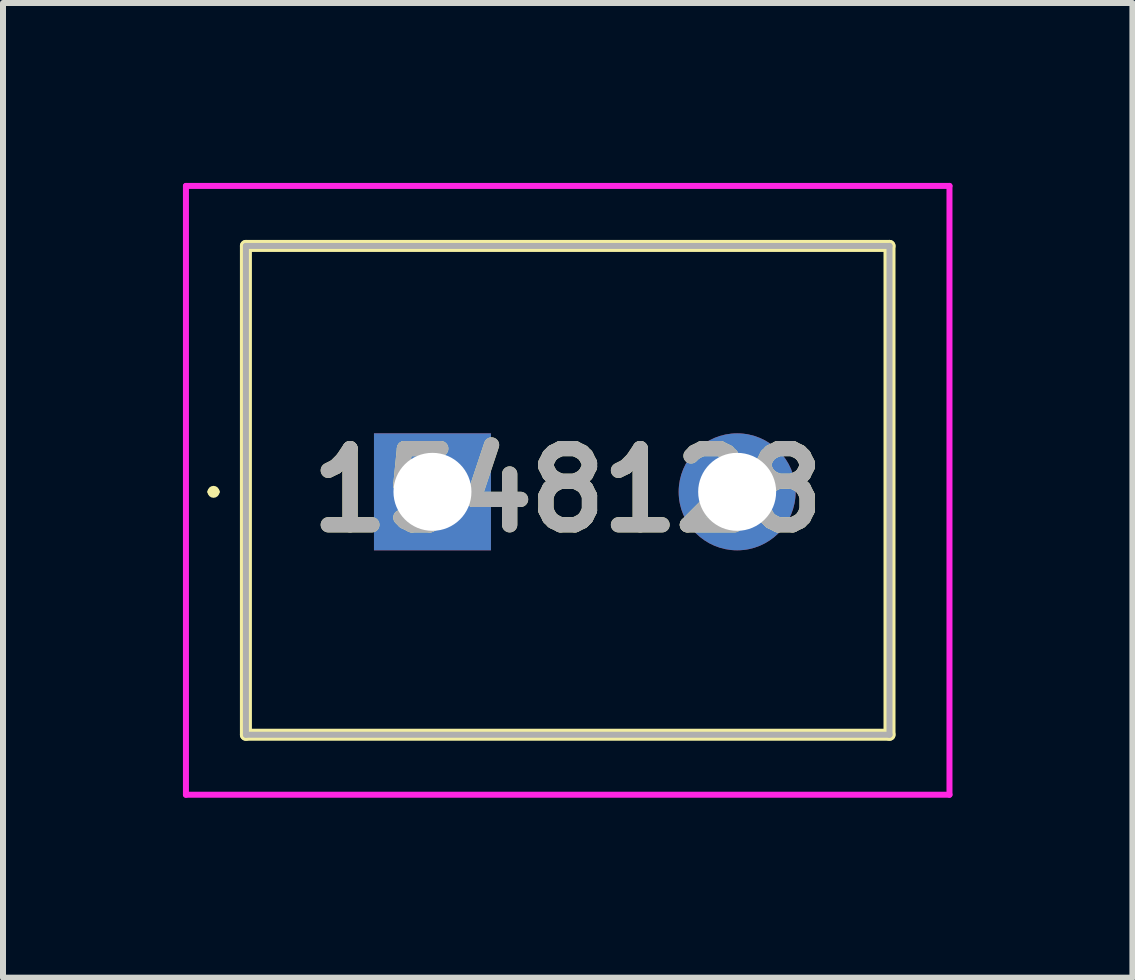
<source format=kicad_pcb>
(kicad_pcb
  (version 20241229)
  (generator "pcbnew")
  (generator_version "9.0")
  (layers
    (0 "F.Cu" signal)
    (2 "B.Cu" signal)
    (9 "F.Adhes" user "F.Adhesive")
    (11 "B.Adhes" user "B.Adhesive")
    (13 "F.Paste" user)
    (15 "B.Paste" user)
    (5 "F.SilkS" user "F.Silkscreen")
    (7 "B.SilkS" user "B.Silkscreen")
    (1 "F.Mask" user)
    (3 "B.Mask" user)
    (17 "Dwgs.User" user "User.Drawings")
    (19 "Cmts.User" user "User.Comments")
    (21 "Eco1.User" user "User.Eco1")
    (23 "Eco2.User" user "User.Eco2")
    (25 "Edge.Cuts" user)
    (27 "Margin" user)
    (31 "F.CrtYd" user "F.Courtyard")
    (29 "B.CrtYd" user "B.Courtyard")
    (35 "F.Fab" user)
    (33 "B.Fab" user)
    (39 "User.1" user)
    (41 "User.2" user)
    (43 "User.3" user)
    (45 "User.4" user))
  (footprint "1548128"
    (layer "F.Cu")
    (at 4.16 5.15)
    (property "Reference" "1548128" (at 2.255 -0.025 0) (layer "F.SilkS") (effects (font (size 1.27 1.27) (thickness 0.254))))
    (attr through_hole)
    (fp_line (start -3.7 0) (end -3.7 0) (stroke (width 0.1) (type solid)) (layer "F.SilkS"))
    (fp_line (start -3.6 0) (end -3.6 0) (stroke (width 0.1) (type solid)) (layer "F.SilkS"))
    (fp_line (start -3.11 -4.1) (end 7.62 -4.1) (stroke (width 0.2) (type solid)) (layer "F.SilkS"))
    (fp_line (start -3.11 4.05) (end -3.11 -4.1) (stroke (width 0.2) (type solid)) (layer "F.SilkS"))
    (fp_line (start 7.62 -4.1) (end 7.62 4.05) (stroke (width 0.2) (type solid)) (layer "F.SilkS"))
    (fp_line (start 7.62 4.05) (end -3.11 4.05) (stroke (width 0.2) (type solid)) (layer "F.SilkS"))
    (fp_arc (start -3.7 0) (mid -3.65 -0.05) (end -3.6 0) (stroke (width 0.1) (type solid)) (layer "F.SilkS"))
    (fp_arc (start -3.6 0) (mid -3.65 0.05) (end -3.7 0) (stroke (width 0.1) (type solid)) (layer "F.SilkS"))
    (fp_line (start -4.11 -5.1) (end 8.62 -5.1) (stroke (width 0.1) (type solid)) (layer "F.CrtYd"))
    (fp_line (start -4.11 5.05) (end -4.11 -5.1) (stroke (width 0.1) (type solid)) (layer "F.CrtYd"))
    (fp_line (start 8.62 -5.1) (end 8.62 5.05) (stroke (width 0.1) (type solid)) (layer "F.CrtYd"))
    (fp_line (start 8.62 5.05) (end -4.11 5.05) (stroke (width 0.1) (type solid)) (layer "F.CrtYd"))
    (fp_line (start -3.11 -4.1) (end 7.62 -4.1) (stroke (width 0.1) (type solid)) (layer "F.Fab"))
    (fp_line (start -3.11 4.05) (end -3.11 -4.1) (stroke (width 0.1) (type solid)) (layer "F.Fab"))
    (fp_line (start 7.62 -4.1) (end 7.62 4.05) (stroke (width 0.1) (type solid)) (layer "F.Fab"))
    (fp_line (start 7.62 4.05) (end -3.11 4.05) (stroke (width 0.1) (type solid)) (layer "F.Fab"))
    (fp_text user "${REFERENCE}" (at 2.255 -0.025 0) (layer "F.Fab") (effects (font (size 1.27 1.27) (thickness 0.254))))
    (pad "1" thru_hole rect (at 0 0) (size 1.95 1.95) (drill 1.3) (layers "*.Cu" "*.Mask"))
    (pad "2" thru_hole circle (at 5.08 0) (size 1.95 1.95) (drill 1.3) (layers "*.Cu" "*.Mask")))
  (gr_rect
    (start -3 -3)
    (end 15.83 13.25)
    (stroke (width 0.1) (type default))
    (fill no)
    (layer "Edge.Cuts")))
</source>
